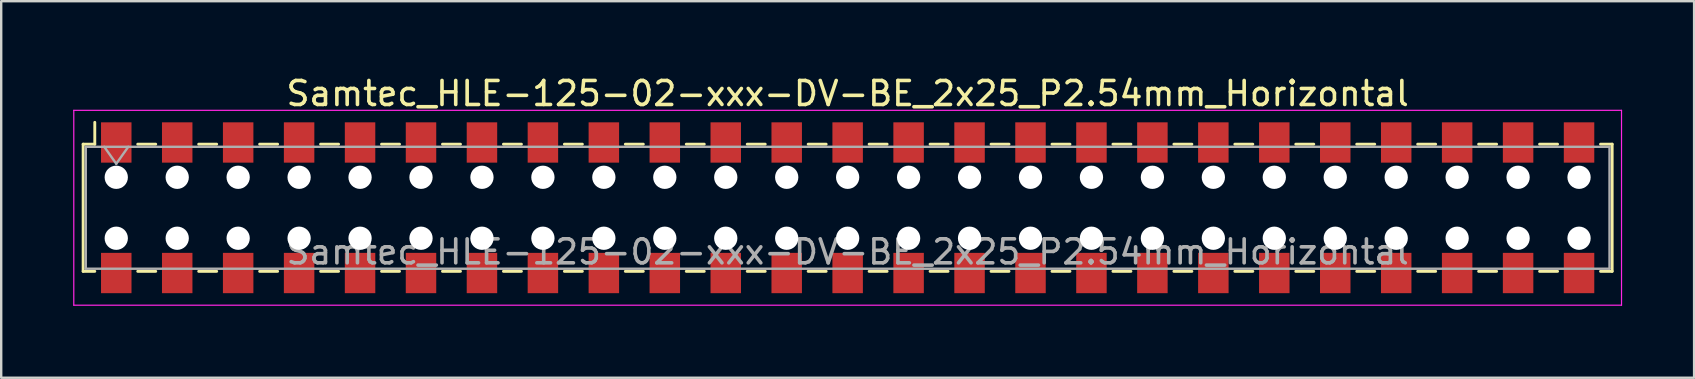
<source format=kicad_pcb>
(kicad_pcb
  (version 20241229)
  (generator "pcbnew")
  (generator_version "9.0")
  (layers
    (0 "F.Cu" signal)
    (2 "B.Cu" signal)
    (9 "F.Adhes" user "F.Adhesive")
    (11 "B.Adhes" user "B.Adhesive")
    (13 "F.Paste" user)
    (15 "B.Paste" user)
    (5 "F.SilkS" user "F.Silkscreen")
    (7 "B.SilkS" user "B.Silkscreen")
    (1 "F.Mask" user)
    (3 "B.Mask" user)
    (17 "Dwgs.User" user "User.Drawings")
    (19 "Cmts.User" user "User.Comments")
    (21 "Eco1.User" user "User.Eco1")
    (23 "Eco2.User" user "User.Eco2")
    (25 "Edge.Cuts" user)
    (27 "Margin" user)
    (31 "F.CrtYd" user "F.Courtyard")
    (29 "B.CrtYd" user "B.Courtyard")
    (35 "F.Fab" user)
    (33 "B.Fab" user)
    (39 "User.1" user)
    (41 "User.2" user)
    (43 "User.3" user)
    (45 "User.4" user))
  (footprint "Samtec_HLE-125-02-xxx-DV-BE_2x25_P2.54mm_Horizontal"
    (layer "F.Cu")
    (at 32.275 5.608)
    (property "Reference" "Samtec_HLE-125-02-xxx-DV-BE_2x25_P2.54mm_Horizontal" (at 0 -4.76 0) (layer "F.SilkS") (effects (font (size 1 1) (thickness 0.15))))
    (attr smd)
    (fp_line (start -31.86 -2.65) (end -31.86 2.65) (stroke (width 0.12) (type solid)) (layer "F.SilkS"))
    (fp_line (start -31.86 2.65) (end -31.375 2.65) (stroke (width 0.12) (type solid)) (layer "F.SilkS"))
    (fp_line (start -31.375 -3.56) (end -31.375 -2.65) (stroke (width 0.12) (type solid)) (layer "F.SilkS"))
    (fp_line (start -31.375 -2.65) (end -31.86 -2.65) (stroke (width 0.12) (type solid)) (layer "F.SilkS"))
    (fp_line (start -29.585 -2.65) (end -28.835 -2.65) (stroke (width 0.12) (type solid)) (layer "F.SilkS"))
    (fp_line (start -29.585 2.65) (end -28.835 2.65) (stroke (width 0.12) (type solid)) (layer "F.SilkS"))
    (fp_line (start -27.045 -2.65) (end -26.295 -2.65) (stroke (width 0.12) (type solid)) (layer "F.SilkS"))
    (fp_line (start -27.045 2.65) (end -26.295 2.65) (stroke (width 0.12) (type solid)) (layer "F.SilkS"))
    (fp_line (start -24.505 -2.65) (end -23.755 -2.65) (stroke (width 0.12) (type solid)) (layer "F.SilkS"))
    (fp_line (start -24.505 2.65) (end -23.755 2.65) (stroke (width 0.12) (type solid)) (layer "F.SilkS"))
    (fp_line (start -21.965 -2.65) (end -21.215 -2.65) (stroke (width 0.12) (type solid)) (layer "F.SilkS"))
    (fp_line (start -21.965 2.65) (end -21.215 2.65) (stroke (width 0.12) (type solid)) (layer "F.SilkS"))
    (fp_line (start -19.425 -2.65) (end -18.675 -2.65) (stroke (width 0.12) (type solid)) (layer "F.SilkS"))
    (fp_line (start -19.425 2.65) (end -18.675 2.65) (stroke (width 0.12) (type solid)) (layer "F.SilkS"))
    (fp_line (start -16.885 -2.65) (end -16.135 -2.65) (stroke (width 0.12) (type solid)) (layer "F.SilkS"))
    (fp_line (start -16.885 2.65) (end -16.135 2.65) (stroke (width 0.12) (type solid)) (layer "F.SilkS"))
    (fp_line (start -14.345 -2.65) (end -13.595 -2.65) (stroke (width 0.12) (type solid)) (layer "F.SilkS"))
    (fp_line (start -14.345 2.65) (end -13.595 2.65) (stroke (width 0.12) (type solid)) (layer "F.SilkS"))
    (fp_line (start -11.805 -2.65) (end -11.055 -2.65) (stroke (width 0.12) (type solid)) (layer "F.SilkS"))
    (fp_line (start -11.805 2.65) (end -11.055 2.65) (stroke (width 0.12) (type solid)) (layer "F.SilkS"))
    (fp_line (start -9.265 -2.65) (end -8.515 -2.65) (stroke (width 0.12) (type solid)) (layer "F.SilkS"))
    (fp_line (start -9.265 2.65) (end -8.515 2.65) (stroke (width 0.12) (type solid)) (layer "F.SilkS"))
    (fp_line (start -6.725 -2.65) (end -5.975 -2.65) (stroke (width 0.12) (type solid)) (layer "F.SilkS"))
    (fp_line (start -6.725 2.65) (end -5.975 2.65) (stroke (width 0.12) (type solid)) (layer "F.SilkS"))
    (fp_line (start -4.185 -2.65) (end -3.435 -2.65) (stroke (width 0.12) (type solid)) (layer "F.SilkS"))
    (fp_line (start -4.185 2.65) (end -3.435 2.65) (stroke (width 0.12) (type solid)) (layer "F.SilkS"))
    (fp_line (start -1.645 -2.65) (end -0.895 -2.65) (stroke (width 0.12) (type solid)) (layer "F.SilkS"))
    (fp_line (start -1.645 2.65) (end -0.895 2.65) (stroke (width 0.12) (type solid)) (layer "F.SilkS"))
    (fp_line (start 0.895 -2.65) (end 1.645 -2.65) (stroke (width 0.12) (type solid)) (layer "F.SilkS"))
    (fp_line (start 0.895 2.65) (end 1.645 2.65) (stroke (width 0.12) (type solid)) (layer "F.SilkS"))
    (fp_line (start 3.435 -2.65) (end 4.185 -2.65) (stroke (width 0.12) (type solid)) (layer "F.SilkS"))
    (fp_line (start 3.435 2.65) (end 4.185 2.65) (stroke (width 0.12) (type solid)) (layer "F.SilkS"))
    (fp_line (start 5.975 -2.65) (end 6.725 -2.65) (stroke (width 0.12) (type solid)) (layer "F.SilkS"))
    (fp_line (start 5.975 2.65) (end 6.725 2.65) (stroke (width 0.12) (type solid)) (layer "F.SilkS"))
    (fp_line (start 8.515 -2.65) (end 9.265 -2.65) (stroke (width 0.12) (type solid)) (layer "F.SilkS"))
    (fp_line (start 8.515 2.65) (end 9.265 2.65) (stroke (width 0.12) (type solid)) (layer "F.SilkS"))
    (fp_line (start 11.055 -2.65) (end 11.805 -2.65) (stroke (width 0.12) (type solid)) (layer "F.SilkS"))
    (fp_line (start 11.055 2.65) (end 11.805 2.65) (stroke (width 0.12) (type solid)) (layer "F.SilkS"))
    (fp_line (start 13.595 -2.65) (end 14.345 -2.65) (stroke (width 0.12) (type solid)) (layer "F.SilkS"))
    (fp_line (start 13.595 2.65) (end 14.345 2.65) (stroke (width 0.12) (type solid)) (layer "F.SilkS"))
    (fp_line (start 16.135 -2.65) (end 16.885 -2.65) (stroke (width 0.12) (type solid)) (layer "F.SilkS"))
    (fp_line (start 16.135 2.65) (end 16.885 2.65) (stroke (width 0.12) (type solid)) (layer "F.SilkS"))
    (fp_line (start 18.675 -2.65) (end 19.425 -2.65) (stroke (width 0.12) (type solid)) (layer "F.SilkS"))
    (fp_line (start 18.675 2.65) (end 19.425 2.65) (stroke (width 0.12) (type solid)) (layer "F.SilkS"))
    (fp_line (start 21.215 -2.65) (end 21.965 -2.65) (stroke (width 0.12) (type solid)) (layer "F.SilkS"))
    (fp_line (start 21.215 2.65) (end 21.965 2.65) (stroke (width 0.12) (type solid)) (layer "F.SilkS"))
    (fp_line (start 23.755 -2.65) (end 24.505 -2.65) (stroke (width 0.12) (type solid)) (layer "F.SilkS"))
    (fp_line (start 23.755 2.65) (end 24.505 2.65) (stroke (width 0.12) (type solid)) (layer "F.SilkS"))
    (fp_line (start 26.295 -2.65) (end 27.045 -2.65) (stroke (width 0.12) (type solid)) (layer "F.SilkS"))
    (fp_line (start 26.295 2.65) (end 27.045 2.65) (stroke (width 0.12) (type solid)) (layer "F.SilkS"))
    (fp_line (start 28.835 -2.65) (end 29.585 -2.65) (stroke (width 0.12) (type solid)) (layer "F.SilkS"))
    (fp_line (start 28.835 2.65) (end 29.585 2.65) (stroke (width 0.12) (type solid)) (layer "F.SilkS"))
    (fp_line (start 31.375 -2.65) (end 31.86 -2.65) (stroke (width 0.12) (type solid)) (layer "F.SilkS"))
    (fp_line (start 31.86 -2.65) (end 31.86 2.65) (stroke (width 0.12) (type solid)) (layer "F.SilkS"))
    (fp_line (start 31.86 2.65) (end 31.375 2.65) (stroke (width 0.12) (type solid)) (layer "F.SilkS"))
    (fp_line (start -32.25 -4.06) (end 32.25 -4.06) (stroke (width 0.05) (type solid)) (layer "F.CrtYd"))
    (fp_line (start -32.25 4.06) (end -32.25 -4.06) (stroke (width 0.05) (type solid)) (layer "F.CrtYd"))
    (fp_line (start 32.25 -4.06) (end 32.25 4.06) (stroke (width 0.05) (type solid)) (layer "F.CrtYd"))
    (fp_line (start 32.25 4.06) (end -32.25 4.06) (stroke (width 0.05) (type solid)) (layer "F.CrtYd"))
    (fp_line (start -31.75 -2.54) (end 31.75 -2.54) (stroke (width 0.1) (type solid)) (layer "F.Fab"))
    (fp_line (start -31.75 2.54) (end -31.75 -2.54) (stroke (width 0.1) (type solid)) (layer "F.Fab"))
    (fp_line (start -30.98 -2.54) (end -30.48 -1.833) (stroke (width 0.1) (type solid)) (layer "F.Fab"))
    (fp_line (start -30.48 -1.833) (end -29.98 -2.54) (stroke (width 0.1) (type solid)) (layer "F.Fab"))
    (fp_line (start 31.75 -2.54) (end 31.75 2.54) (stroke (width 0.1) (type solid)) (layer "F.Fab"))
    (fp_line (start 31.75 2.54) (end -31.75 2.54) (stroke (width 0.1) (type solid)) (layer "F.Fab"))
    (fp_text user "${REFERENCE}" (at 0 1.84 0) (layer "F.Fab") (effects (font (size 1 1) (thickness 0.15))))
    (pad "" np_thru_hole circle (at -30.48 -1.27) (size 0.97 0.97) (drill 0.97) (layers "*.Cu" "*.Mask"))
    (pad "" np_thru_hole circle (at -30.48 1.27) (size 0.97 0.97) (drill 0.97) (layers "*.Cu" "*.Mask"))
    (pad "" np_thru_hole circle (at -27.94 -1.27) (size 0.97 0.97) (drill 0.97) (layers "*.Cu" "*.Mask"))
    (pad "" np_thru_hole circle (at -27.94 1.27) (size 0.97 0.97) (drill 0.97) (layers "*.Cu" "*.Mask"))
    (pad "" np_thru_hole circle (at -25.4 -1.27) (size 0.97 0.97) (drill 0.97) (layers "*.Cu" "*.Mask"))
    (pad "" np_thru_hole circle (at -25.4 1.27) (size 0.97 0.97) (drill 0.97) (layers "*.Cu" "*.Mask"))
    (pad "" np_thru_hole circle (at -22.86 -1.27) (size 0.97 0.97) (drill 0.97) (layers "*.Cu" "*.Mask"))
    (pad "" np_thru_hole circle (at -22.86 1.27) (size 0.97 0.97) (drill 0.97) (layers "*.Cu" "*.Mask"))
    (pad "" np_thru_hole circle (at -20.32 -1.27) (size 0.97 0.97) (drill 0.97) (layers "*.Cu" "*.Mask"))
    (pad "" np_thru_hole circle (at -20.32 1.27) (size 0.97 0.97) (drill 0.97) (layers "*.Cu" "*.Mask"))
    (pad "" np_thru_hole circle (at -17.78 -1.27) (size 0.97 0.97) (drill 0.97) (layers "*.Cu" "*.Mask"))
    (pad "" np_thru_hole circle (at -17.78 1.27) (size 0.97 0.97) (drill 0.97) (layers "*.Cu" "*.Mask"))
    (pad "" np_thru_hole circle (at -15.24 -1.27) (size 0.97 0.97) (drill 0.97) (layers "*.Cu" "*.Mask"))
    (pad "" np_thru_hole circle (at -15.24 1.27) (size 0.97 0.97) (drill 0.97) (layers "*.Cu" "*.Mask"))
    (pad "" np_thru_hole circle (at -12.7 -1.27) (size 0.97 0.97) (drill 0.97) (layers "*.Cu" "*.Mask"))
    (pad "" np_thru_hole circle (at -12.7 1.27) (size 0.97 0.97) (drill 0.97) (layers "*.Cu" "*.Mask"))
    (pad "" np_thru_hole circle (at -10.16 -1.27) (size 0.97 0.97) (drill 0.97) (layers "*.Cu" "*.Mask"))
    (pad "" np_thru_hole circle (at -10.16 1.27) (size 0.97 0.97) (drill 0.97) (layers "*.Cu" "*.Mask"))
    (pad "" np_thru_hole circle (at -7.62 -1.27) (size 0.97 0.97) (drill 0.97) (layers "*.Cu" "*.Mask"))
    (pad "" np_thru_hole circle (at -7.62 1.27) (size 0.97 0.97) (drill 0.97) (layers "*.Cu" "*.Mask"))
    (pad "" np_thru_hole circle (at -5.08 -1.27) (size 0.97 0.97) (drill 0.97) (layers "*.Cu" "*.Mask"))
    (pad "" np_thru_hole circle (at -5.08 1.27) (size 0.97 0.97) (drill 0.97) (layers "*.Cu" "*.Mask"))
    (pad "" np_thru_hole circle (at -2.54 -1.27) (size 0.97 0.97) (drill 0.97) (layers "*.Cu" "*.Mask"))
    (pad "" np_thru_hole circle (at -2.54 1.27) (size 0.97 0.97) (drill 0.97) (layers "*.Cu" "*.Mask"))
    (pad "" np_thru_hole circle (at 0 -1.27) (size 0.97 0.97) (drill 0.97) (layers "*.Cu" "*.Mask"))
    (pad "" np_thru_hole circle (at 0 1.27) (size 0.97 0.97) (drill 0.97) (layers "*.Cu" "*.Mask"))
    (pad "" np_thru_hole circle (at 2.54 -1.27) (size 0.97 0.97) (drill 0.97) (layers "*.Cu" "*.Mask"))
    (pad "" np_thru_hole circle (at 2.54 1.27) (size 0.97 0.97) (drill 0.97) (layers "*.Cu" "*.Mask"))
    (pad "" np_thru_hole circle (at 5.08 -1.27) (size 0.97 0.97) (drill 0.97) (layers "*.Cu" "*.Mask"))
    (pad "" np_thru_hole circle (at 5.08 1.27) (size 0.97 0.97) (drill 0.97) (layers "*.Cu" "*.Mask"))
    (pad "" np_thru_hole circle (at 7.62 -1.27) (size 0.97 0.97) (drill 0.97) (layers "*.Cu" "*.Mask"))
    (pad "" np_thru_hole circle (at 7.62 1.27) (size 0.97 0.97) (drill 0.97) (layers "*.Cu" "*.Mask"))
    (pad "" np_thru_hole circle (at 10.16 -1.27) (size 0.97 0.97) (drill 0.97) (layers "*.Cu" "*.Mask"))
    (pad "" np_thru_hole circle (at 10.16 1.27) (size 0.97 0.97) (drill 0.97) (layers "*.Cu" "*.Mask"))
    (pad "" np_thru_hole circle (at 12.7 -1.27) (size 0.97 0.97) (drill 0.97) (layers "*.Cu" "*.Mask"))
    (pad "" np_thru_hole circle (at 12.7 1.27) (size 0.97 0.97) (drill 0.97) (layers "*.Cu" "*.Mask"))
    (pad "" np_thru_hole circle (at 15.24 -1.27) (size 0.97 0.97) (drill 0.97) (layers "*.Cu" "*.Mask"))
    (pad "" np_thru_hole circle (at 15.24 1.27) (size 0.97 0.97) (drill 0.97) (layers "*.Cu" "*.Mask"))
    (pad "" np_thru_hole circle (at 17.78 -1.27) (size 0.97 0.97) (drill 0.97) (layers "*.Cu" "*.Mask"))
    (pad "" np_thru_hole circle (at 17.78 1.27) (size 0.97 0.97) (drill 0.97) (layers "*.Cu" "*.Mask"))
    (pad "" np_thru_hole circle (at 20.32 -1.27) (size 0.97 0.97) (drill 0.97) (layers "*.Cu" "*.Mask"))
    (pad "" np_thru_hole circle (at 20.32 1.27) (size 0.97 0.97) (drill 0.97) (layers "*.Cu" "*.Mask"))
    (pad "" np_thru_hole circle (at 22.86 -1.27) (size 0.97 0.97) (drill 0.97) (layers "*.Cu" "*.Mask"))
    (pad "" np_thru_hole circle (at 22.86 1.27) (size 0.97 0.97) (drill 0.97) (layers "*.Cu" "*.Mask"))
    (pad "" np_thru_hole circle (at 25.4 -1.27) (size 0.97 0.97) (drill 0.97) (layers "*.Cu" "*.Mask"))
    (pad "" np_thru_hole circle (at 25.4 1.27) (size 0.97 0.97) (drill 0.97) (layers "*.Cu" "*.Mask"))
    (pad "" np_thru_hole circle (at 27.94 -1.27) (size 0.97 0.97) (drill 0.97) (layers "*.Cu" "*.Mask"))
    (pad "" np_thru_hole circle (at 27.94 1.27) (size 0.97 0.97) (drill 0.97) (layers "*.Cu" "*.Mask"))
    (pad "" np_thru_hole circle (at 30.48 -1.27) (size 0.97 0.97) (drill 0.97) (layers "*.Cu" "*.Mask"))
    (pad "" np_thru_hole circle (at 30.48 1.27) (size 0.97 0.97) (drill 0.97) (layers "*.Cu" "*.Mask"))
    (pad "1" smd rect (at -30.48 -2.72) (size 1.27 1.68) (layers "F.Cu" "F.Mask" "F.Paste"))
    (pad "2" smd rect (at -30.48 2.72) (size 1.27 1.68) (layers "F.Cu" "F.Mask" "F.Paste"))
    (pad "3" smd rect (at -27.94 -2.72) (size 1.27 1.68) (layers "F.Cu" "F.Mask" "F.Paste"))
    (pad "4" smd rect (at -27.94 2.72) (size 1.27 1.68) (layers "F.Cu" "F.Mask" "F.Paste"))
    (pad "5" smd rect (at -25.4 -2.72) (size 1.27 1.68) (layers "F.Cu" "F.Mask" "F.Paste"))
    (pad "6" smd rect (at -25.4 2.72) (size 1.27 1.68) (layers "F.Cu" "F.Mask" "F.Paste"))
    (pad "7" smd rect (at -22.86 -2.72) (size 1.27 1.68) (layers "F.Cu" "F.Mask" "F.Paste"))
    (pad "8" smd rect (at -22.86 2.72) (size 1.27 1.68) (layers "F.Cu" "F.Mask" "F.Paste"))
    (pad "9" smd rect (at -20.32 -2.72) (size 1.27 1.68) (layers "F.Cu" "F.Mask" "F.Paste"))
    (pad "10" smd rect (at -20.32 2.72) (size 1.27 1.68) (layers "F.Cu" "F.Mask" "F.Paste"))
    (pad "11" smd rect (at -17.78 -2.72) (size 1.27 1.68) (layers "F.Cu" "F.Mask" "F.Paste"))
    (pad "12" smd rect (at -17.78 2.72) (size 1.27 1.68) (layers "F.Cu" "F.Mask" "F.Paste"))
    (pad "13" smd rect (at -15.24 -2.72) (size 1.27 1.68) (layers "F.Cu" "F.Mask" "F.Paste"))
    (pad "14" smd rect (at -15.24 2.72) (size 1.27 1.68) (layers "F.Cu" "F.Mask" "F.Paste"))
    (pad "15" smd rect (at -12.7 -2.72) (size 1.27 1.68) (layers "F.Cu" "F.Mask" "F.Paste"))
    (pad "16" smd rect (at -12.7 2.72) (size 1.27 1.68) (layers "F.Cu" "F.Mask" "F.Paste"))
    (pad "17" smd rect (at -10.16 -2.72) (size 1.27 1.68) (layers "F.Cu" "F.Mask" "F.Paste"))
    (pad "18" smd rect (at -10.16 2.72) (size 1.27 1.68) (layers "F.Cu" "F.Mask" "F.Paste"))
    (pad "19" smd rect (at -7.62 -2.72) (size 1.27 1.68) (layers "F.Cu" "F.Mask" "F.Paste"))
    (pad "20" smd rect (at -7.62 2.72) (size 1.27 1.68) (layers "F.Cu" "F.Mask" "F.Paste"))
    (pad "21" smd rect (at -5.08 -2.72) (size 1.27 1.68) (layers "F.Cu" "F.Mask" "F.Paste"))
    (pad "22" smd rect (at -5.08 2.72) (size 1.27 1.68) (layers "F.Cu" "F.Mask" "F.Paste"))
    (pad "23" smd rect (at -2.54 -2.72) (size 1.27 1.68) (layers "F.Cu" "F.Mask" "F.Paste"))
    (pad "24" smd rect (at -2.54 2.72) (size 1.27 1.68) (layers "F.Cu" "F.Mask" "F.Paste"))
    (pad "25" smd rect (at 0 -2.72) (size 1.27 1.68) (layers "F.Cu" "F.Mask" "F.Paste"))
    (pad "26" smd rect (at 0 2.72) (size 1.27 1.68) (layers "F.Cu" "F.Mask" "F.Paste"))
    (pad "27" smd rect (at 2.54 -2.72) (size 1.27 1.68) (layers "F.Cu" "F.Mask" "F.Paste"))
    (pad "28" smd rect (at 2.54 2.72) (size 1.27 1.68) (layers "F.Cu" "F.Mask" "F.Paste"))
    (pad "29" smd rect (at 5.08 -2.72) (size 1.27 1.68) (layers "F.Cu" "F.Mask" "F.Paste"))
    (pad "30" smd rect (at 5.08 2.72) (size 1.27 1.68) (layers "F.Cu" "F.Mask" "F.Paste"))
    (pad "31" smd rect (at 7.62 -2.72) (size 1.27 1.68) (layers "F.Cu" "F.Mask" "F.Paste"))
    (pad "32" smd rect (at 7.62 2.72) (size 1.27 1.68) (layers "F.Cu" "F.Mask" "F.Paste"))
    (pad "33" smd rect (at 10.16 -2.72) (size 1.27 1.68) (layers "F.Cu" "F.Mask" "F.Paste"))
    (pad "34" smd rect (at 10.16 2.72) (size 1.27 1.68) (layers "F.Cu" "F.Mask" "F.Paste"))
    (pad "35" smd rect (at 12.7 -2.72) (size 1.27 1.68) (layers "F.Cu" "F.Mask" "F.Paste"))
    (pad "36" smd rect (at 12.7 2.72) (size 1.27 1.68) (layers "F.Cu" "F.Mask" "F.Paste"))
    (pad "37" smd rect (at 15.24 -2.72) (size 1.27 1.68) (layers "F.Cu" "F.Mask" "F.Paste"))
    (pad "38" smd rect (at 15.24 2.72) (size 1.27 1.68) (layers "F.Cu" "F.Mask" "F.Paste"))
    (pad "39" smd rect (at 17.78 -2.72) (size 1.27 1.68) (layers "F.Cu" "F.Mask" "F.Paste"))
    (pad "40" smd rect (at 17.78 2.72) (size 1.27 1.68) (layers "F.Cu" "F.Mask" "F.Paste"))
    (pad "41" smd rect (at 20.32 -2.72) (size 1.27 1.68) (layers "F.Cu" "F.Mask" "F.Paste"))
    (pad "42" smd rect (at 20.32 2.72) (size 1.27 1.68) (layers "F.Cu" "F.Mask" "F.Paste"))
    (pad "43" smd rect (at 22.86 -2.72) (size 1.27 1.68) (layers "F.Cu" "F.Mask" "F.Paste"))
    (pad "44" smd rect (at 22.86 2.72) (size 1.27 1.68) (layers "F.Cu" "F.Mask" "F.Paste"))
    (pad "45" smd rect (at 25.4 -2.72) (size 1.27 1.68) (layers "F.Cu" "F.Mask" "F.Paste"))
    (pad "46" smd rect (at 25.4 2.72) (size 1.27 1.68) (layers "F.Cu" "F.Mask" "F.Paste"))
    (pad "47" smd rect (at 27.94 -2.72) (size 1.27 1.68) (layers "F.Cu" "F.Mask" "F.Paste"))
    (pad "48" smd rect (at 27.94 2.72) (size 1.27 1.68) (layers "F.Cu" "F.Mask" "F.Paste"))
    (pad "49" smd rect (at 30.48 -2.72) (size 1.27 1.68) (layers "F.Cu" "F.Mask" "F.Paste"))
    (pad "50" smd rect (at 30.48 2.72) (size 1.27 1.68) (layers "F.Cu" "F.Mask" "F.Paste")))
  (gr_rect
    (start -3 -3)
    (end 67.55 12.693)
    (stroke (width 0.1) (type default))
    (fill no)
    (layer "Edge.Cuts")))
</source>
